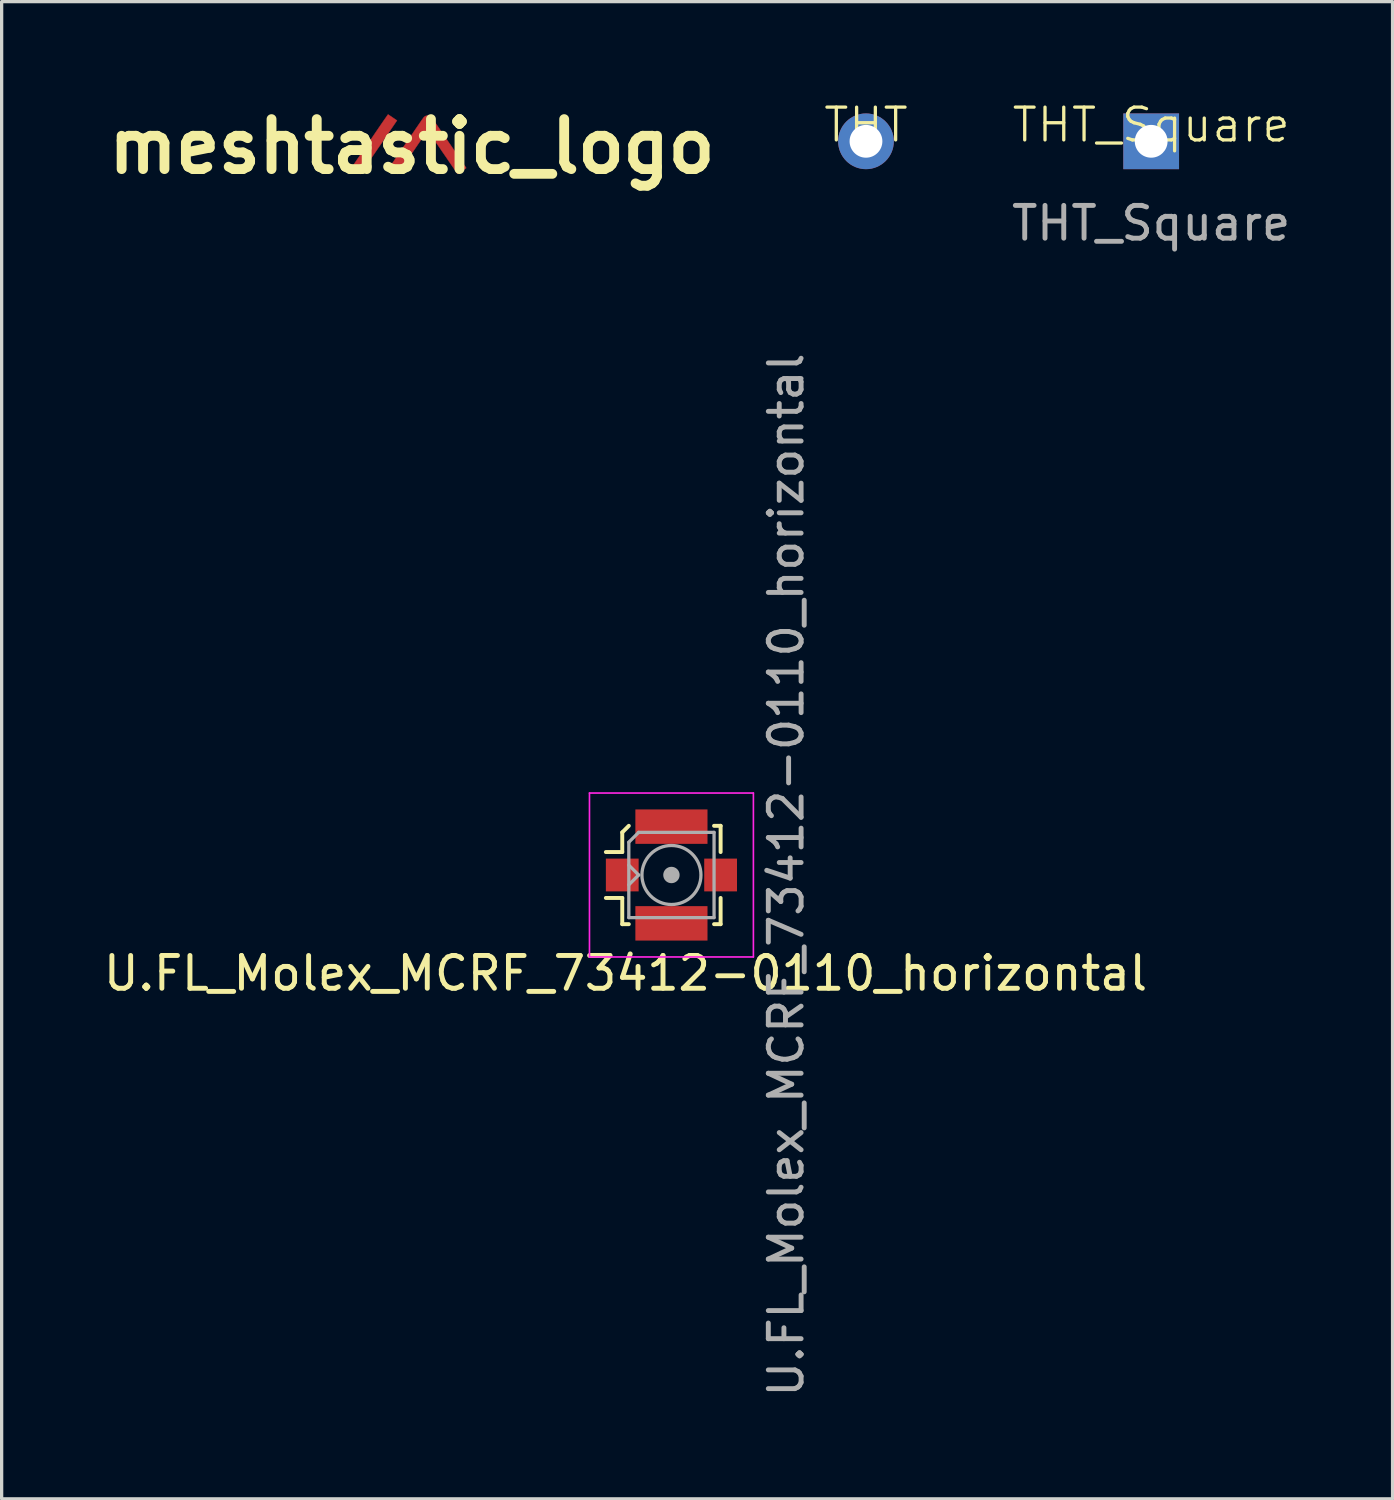
<source format=kicad_pcb>
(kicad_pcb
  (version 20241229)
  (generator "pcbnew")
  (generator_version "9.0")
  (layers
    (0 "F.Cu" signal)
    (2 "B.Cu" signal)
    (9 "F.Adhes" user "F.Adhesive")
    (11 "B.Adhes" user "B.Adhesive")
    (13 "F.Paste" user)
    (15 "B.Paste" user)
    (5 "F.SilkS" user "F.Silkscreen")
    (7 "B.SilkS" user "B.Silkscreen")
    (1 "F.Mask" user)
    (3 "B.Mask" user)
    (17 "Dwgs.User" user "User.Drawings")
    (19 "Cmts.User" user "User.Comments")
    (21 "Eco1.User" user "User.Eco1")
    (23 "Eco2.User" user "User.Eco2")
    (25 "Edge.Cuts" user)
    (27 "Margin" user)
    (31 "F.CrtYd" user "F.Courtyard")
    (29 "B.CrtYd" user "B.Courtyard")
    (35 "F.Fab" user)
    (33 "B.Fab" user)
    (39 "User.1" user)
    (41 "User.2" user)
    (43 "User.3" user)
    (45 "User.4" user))
  (footprint "meshtastic_logo"
    (layer "F.Cu")
    (at 9.514 1.418)
    (property "Reference" "meshtastic_logo" (at 0 0 180) (layer "F.SilkS") (effects (font (size 1.524 1.524) (thickness 0.3))))
    (attr exclude_from_pos_files)
    (fp_poly (pts (xy -0.724 -0.975) (xy -0.715 -0.97) (xy -0.701 -0.961) (xy -0.683 -0.949) (xy -0.662 -0.934) (xy -0.637 -0.918) (xy -0.61 -0.9) (xy -0.589 -0.885) (xy -0.454 -0.793) (xy -0.477 -0.761) (xy -0.482 -0.753) (xy -0.491 -0.74) (xy -0.503 -0.723) (xy -0.518 -0.7) (xy -0.537 -0.673) (xy -0.558 -0.642) (xy -0.582 -0.607) (xy -0.608 -0.569) (xy -0.635 -0.529) (xy -0.664 -0.486) (xy -0.695 -0.441) (xy -0.726 -0.395) (xy -0.749 -0.361) (xy -0.786 -0.308) (xy -0.826 -0.249) (xy -0.869 -0.186) (xy -0.913 -0.12) (xy -0.96 -0.052) (xy -1.007 0.017) (xy -1.055 0.087) (xy -1.102 0.156) (xy -1.148 0.223) (xy -1.192 0.288) (xy -1.234 0.35) (xy -1.27 0.403) (xy -1.303 0.451) (xy -1.336 0.499) (xy -1.367 0.544) (xy -1.396 0.588) (xy -1.424 0.629) (xy -1.45 0.667) (xy -1.473 0.701) (xy -1.495 0.732) (xy -1.513 0.759) (xy -1.528 0.782) (xy -1.541 0.8) (xy -1.549 0.813) (xy -1.554 0.82) (xy -1.555 0.821) (xy -1.562 0.831) (xy -1.568 0.839) (xy -1.571 0.842) (xy -1.571 0.842) (xy -1.574 0.84) (xy -1.583 0.834) (xy -1.596 0.825) (xy -1.614 0.813) (xy -1.635 0.798) (xy -1.659 0.782) (xy -1.686 0.764) (xy -1.707 0.749) (xy -1.736 0.729) (xy -1.763 0.71) (xy -1.786 0.694) (xy -1.806 0.679) (xy -1.822 0.667) (xy -1.834 0.658) (xy -1.84 0.653) (xy -1.841 0.652) (xy -1.839 0.648) (xy -1.833 0.639) (xy -1.823 0.624) (xy -1.81 0.605) (xy -1.794 0.581) (xy -1.775 0.552) (xy -1.753 0.519) (xy -1.729 0.483) (xy -1.702 0.444) (xy -1.673 0.401) (xy -1.642 0.355) (xy -1.609 0.308) (xy -1.576 0.258) (xy -1.54 0.206) (xy -1.527 0.186) (xy -1.486 0.127) (xy -1.443 0.064) (xy -1.399 -0.002) (xy -1.353 -0.069) (xy -1.307 -0.136) (xy -1.26 -0.204) (xy -1.214 -0.272) (xy -1.169 -0.338) (xy -1.126 -0.402) (xy -1.084 -0.463) (xy -1.045 -0.52) (xy -1.009 -0.573) (xy -0.976 -0.621) (xy -0.973 -0.626) (xy -0.942 -0.671) (xy -0.912 -0.715) (xy -0.883 -0.757) (xy -0.856 -0.796) (xy -0.831 -0.832) (xy -0.808 -0.865) (xy -0.787 -0.895) (xy -0.769 -0.921) (xy -0.754 -0.942) (xy -0.742 -0.959) (xy -0.734 -0.97) (xy -0.729 -0.977) (xy -0.728 -0.978) (xy -0.724 -0.975)) (stroke (width 0.01) (type solid)) (fill yes) (layer "F.Cu"))
    (fp_poly (pts (xy 0.514 -0.939) (xy 0.521 -0.937) (xy 0.547 -0.927) (xy 0.571 -0.913) (xy 0.592 -0.896) (xy 0.603 -0.885) (xy 0.606 -0.881) (xy 0.613 -0.871) (xy 0.623 -0.856) (xy 0.637 -0.835) (xy 0.655 -0.81) (xy 0.675 -0.781) (xy 0.698 -0.747) (xy 0.724 -0.71) (xy 0.752 -0.669) (xy 0.782 -0.625) (xy 0.814 -0.579) (xy 0.848 -0.529) (xy 0.883 -0.478) (xy 0.92 -0.424) (xy 0.958 -0.369) (xy 0.997 -0.312) (xy 1.036 -0.254) (xy 1.076 -0.196) (xy 1.116 -0.137) (xy 1.157 -0.078) (xy 1.197 -0.02) (xy 1.237 0.039) (xy 1.276 0.096) (xy 1.314 0.152) (xy 1.352 0.207) (xy 1.388 0.26) (xy 1.423 0.311) (xy 1.456 0.36) (xy 1.488 0.406) (xy 1.517 0.449) (xy 1.545 0.489) (xy 1.569 0.526) (xy 1.591 0.558) (xy 1.611 0.586) (xy 1.627 0.61) (xy 1.64 0.629) (xy 1.649 0.643) (xy 1.655 0.652) (xy 1.657 0.654) (xy 1.654 0.657) (xy 1.646 0.663) (xy 1.634 0.673) (xy 1.617 0.684) (xy 1.598 0.698) (xy 1.576 0.713) (xy 1.553 0.729) (xy 1.529 0.746) (xy 1.505 0.763) (xy 1.481 0.779) (xy 1.459 0.794) (xy 1.439 0.807) (xy 1.422 0.819) (xy 1.408 0.828) (xy 1.399 0.833) (xy 1.395 0.835) (xy 1.395 0.835) (xy 1.394 0.835) (xy 1.394 0.835) (xy 1.393 0.834) (xy 1.391 0.832) (xy 1.389 0.83) (xy 1.386 0.826) (xy 1.382 0.821) (xy 1.378 0.814) (xy 1.371 0.805) (xy 1.364 0.795) (xy 1.355 0.782) (xy 1.344 0.766) (xy 1.332 0.748) (xy 1.317 0.727) (xy 1.301 0.703) (xy 1.282 0.676) (xy 1.261 0.645) (xy 1.237 0.61) (xy 1.211 0.572) (xy 1.181 0.529) (xy 1.149 0.482) (xy 1.114 0.43) (xy 1.075 0.373) (xy 1.033 0.312) (xy 0.987 0.245) (xy 0.937 0.173) (xy 0.884 0.095) (xy 0.857 0.055) (xy 0.818 -0.002) (xy 0.78 -0.057) (xy 0.744 -0.11) (xy 0.709 -0.161) (xy 0.675 -0.21) (xy 0.644 -0.255) (xy 0.615 -0.298) (xy 0.587 -0.337) (xy 0.563 -0.373) (xy 0.541 -0.404) (xy 0.522 -0.431) (xy 0.506 -0.454) (xy 0.494 -0.472) (xy 0.485 -0.484) (xy 0.48 -0.491) (xy 0.479 -0.493) (xy 0.476 -0.49) (xy 0.47 -0.481) (xy 0.46 -0.467) (xy 0.447 -0.447) (xy 0.43 -0.423) (xy 0.41 -0.394) (xy 0.387 -0.36) (xy 0.361 -0.323) (xy 0.333 -0.282) (xy 0.302 -0.237) (xy 0.269 -0.189) (xy 0.234 -0.137) (xy 0.197 -0.083) (xy 0.159 -0.027) (xy 0.119 0.032) (xy 0.078 0.092) (xy 0.035 0.155) (xy 0.022 0.174) (xy -0.021 0.237) (xy -0.063 0.298) (xy -0.103 0.357) (xy -0.142 0.414) (xy -0.179 0.469) (xy -0.215 0.521) (xy -0.248 0.57) (xy -0.28 0.616) (xy -0.309 0.659) (xy -0.335 0.697) (xy -0.359 0.732) (xy -0.379 0.762) (xy -0.397 0.788) (xy -0.411 0.809) (xy -0.422 0.825) (xy -0.429 0.835) (xy -0.433 0.84) (xy -0.433 0.84) (xy -0.436 0.838) (xy -0.444 0.833) (xy -0.458 0.824) (xy -0.475 0.812) (xy -0.496 0.798) (xy -0.519 0.782) (xy -0.546 0.764) (xy -0.564 0.751) (xy -0.592 0.732) (xy -0.617 0.714) (xy -0.64 0.698) (xy -0.66 0.684) (xy -0.675 0.672) (xy -0.687 0.663) (xy -0.693 0.658) (xy -0.694 0.656) (xy -0.692 0.653) (xy -0.687 0.643) (xy -0.677 0.629) (xy -0.664 0.609) (xy -0.648 0.585) (xy -0.629 0.557) (xy -0.607 0.525) (xy -0.583 0.489) (xy -0.556 0.45) (xy -0.528 0.408) (xy -0.498 0.363) (xy -0.466 0.316) (xy -0.433 0.268) (xy -0.406 0.228) (xy -0.366 0.171) (xy -0.325 0.109) (xy -0.281 0.045) (xy -0.236 -0.02) (xy -0.19 -0.087) (xy -0.145 -0.154) (xy -0.1 -0.221) (xy -0.055 -0.286) (xy -0.013 -0.348) (xy 0.028 -0.408) (xy 0.066 -0.463) (xy 0.1 -0.514) (xy 0.116 -0.537) (xy 0.152 -0.59) (xy 0.186 -0.639) (xy 0.217 -0.685) (xy 0.247 -0.728) (xy 0.273 -0.766) (xy 0.297 -0.8) (xy 0.317 -0.829) (xy 0.335 -0.854) (xy 0.349 -0.873) (xy 0.359 -0.887) (xy 0.366 -0.896) (xy 0.368 -0.898) (xy 0.393 -0.917) (xy 0.421 -0.932) (xy 0.452 -0.94) (xy 0.483 -0.943) (xy 0.514 -0.939)) (stroke (width 0.01) (type solid)) (fill yes) (layer "F.Cu"))
    (fp_poly (pts (xy -0.724 -0.975) (xy -0.715 -0.97) (xy -0.701 -0.961) (xy -0.683 -0.949) (xy -0.662 -0.934) (xy -0.637 -0.918) (xy -0.61 -0.9) (xy -0.589 -0.885) (xy -0.454 -0.793) (xy -0.477 -0.761) (xy -0.482 -0.753) (xy -0.491 -0.74) (xy -0.503 -0.723) (xy -0.518 -0.7) (xy -0.537 -0.673) (xy -0.558 -0.642) (xy -0.582 -0.607) (xy -0.608 -0.569) (xy -0.635 -0.529) (xy -0.664 -0.486) (xy -0.695 -0.441) (xy -0.726 -0.395) (xy -0.749 -0.361) (xy -0.786 -0.308) (xy -0.826 -0.249) (xy -0.869 -0.186) (xy -0.913 -0.12) (xy -0.96 -0.052) (xy -1.007 0.017) (xy -1.055 0.087) (xy -1.102 0.156) (xy -1.148 0.223) (xy -1.192 0.288) (xy -1.234 0.35) (xy -1.27 0.403) (xy -1.303 0.451) (xy -1.336 0.499) (xy -1.367 0.544) (xy -1.396 0.588) (xy -1.424 0.629) (xy -1.45 0.667) (xy -1.473 0.701) (xy -1.495 0.732) (xy -1.513 0.759) (xy -1.528 0.782) (xy -1.541 0.8) (xy -1.549 0.813) (xy -1.554 0.82) (xy -1.555 0.821) (xy -1.562 0.831) (xy -1.568 0.839) (xy -1.571 0.842) (xy -1.571 0.842) (xy -1.574 0.84) (xy -1.583 0.834) (xy -1.596 0.825) (xy -1.614 0.813) (xy -1.635 0.798) (xy -1.659 0.782) (xy -1.686 0.764) (xy -1.707 0.749) (xy -1.736 0.729) (xy -1.763 0.71) (xy -1.786 0.694) (xy -1.806 0.679) (xy -1.822 0.667) (xy -1.834 0.658) (xy -1.84 0.653) (xy -1.841 0.652) (xy -1.839 0.648) (xy -1.833 0.639) (xy -1.823 0.624) (xy -1.81 0.605) (xy -1.794 0.581) (xy -1.775 0.552) (xy -1.753 0.519) (xy -1.729 0.483) (xy -1.702 0.444) (xy -1.673 0.401) (xy -1.642 0.355) (xy -1.609 0.308) (xy -1.576 0.258) (xy -1.54 0.206) (xy -1.527 0.186) (xy -1.486 0.127) (xy -1.443 0.064) (xy -1.399 -0.002) (xy -1.353 -0.069) (xy -1.307 -0.136) (xy -1.26 -0.204) (xy -1.214 -0.272) (xy -1.169 -0.338) (xy -1.126 -0.402) (xy -1.084 -0.463) (xy -1.045 -0.52) (xy -1.009 -0.573) (xy -0.976 -0.621) (xy -0.973 -0.626) (xy -0.942 -0.671) (xy -0.912 -0.715) (xy -0.883 -0.757) (xy -0.856 -0.796) (xy -0.831 -0.832) (xy -0.808 -0.865) (xy -0.787 -0.895) (xy -0.769 -0.921) (xy -0.754 -0.942) (xy -0.742 -0.959) (xy -0.734 -0.97) (xy -0.729 -0.977) (xy -0.728 -0.978) (xy -0.724 -0.975)) (stroke (width 0.01) (type solid)) (fill yes) (layer "F.Mask"))
    (fp_poly (pts (xy 0.514 -0.939) (xy 0.521 -0.937) (xy 0.547 -0.927) (xy 0.571 -0.913) (xy 0.592 -0.896) (xy 0.603 -0.885) (xy 0.606 -0.881) (xy 0.613 -0.871) (xy 0.623 -0.856) (xy 0.637 -0.835) (xy 0.655 -0.81) (xy 0.675 -0.781) (xy 0.698 -0.747) (xy 0.724 -0.71) (xy 0.752 -0.669) (xy 0.782 -0.625) (xy 0.814 -0.579) (xy 0.848 -0.529) (xy 0.883 -0.478) (xy 0.92 -0.424) (xy 0.958 -0.369) (xy 0.997 -0.312) (xy 1.036 -0.254) (xy 1.076 -0.196) (xy 1.116 -0.137) (xy 1.157 -0.078) (xy 1.197 -0.02) (xy 1.237 0.039) (xy 1.276 0.096) (xy 1.314 0.152) (xy 1.352 0.207) (xy 1.388 0.26) (xy 1.423 0.311) (xy 1.456 0.36) (xy 1.488 0.406) (xy 1.517 0.449) (xy 1.545 0.489) (xy 1.569 0.526) (xy 1.591 0.558) (xy 1.611 0.586) (xy 1.627 0.61) (xy 1.64 0.629) (xy 1.649 0.643) (xy 1.655 0.652) (xy 1.657 0.654) (xy 1.654 0.657) (xy 1.646 0.663) (xy 1.634 0.673) (xy 1.617 0.684) (xy 1.598 0.698) (xy 1.576 0.713) (xy 1.553 0.729) (xy 1.529 0.746) (xy 1.505 0.763) (xy 1.481 0.779) (xy 1.459 0.794) (xy 1.439 0.807) (xy 1.422 0.819) (xy 1.408 0.828) (xy 1.399 0.833) (xy 1.395 0.835) (xy 1.395 0.835) (xy 1.394 0.835) (xy 1.394 0.835) (xy 1.393 0.834) (xy 1.391 0.832) (xy 1.389 0.83) (xy 1.386 0.826) (xy 1.382 0.821) (xy 1.378 0.814) (xy 1.371 0.805) (xy 1.364 0.795) (xy 1.355 0.782) (xy 1.344 0.766) (xy 1.332 0.748) (xy 1.317 0.727) (xy 1.301 0.703) (xy 1.282 0.676) (xy 1.261 0.645) (xy 1.237 0.61) (xy 1.211 0.572) (xy 1.181 0.529) (xy 1.149 0.482) (xy 1.114 0.43) (xy 1.075 0.373) (xy 1.033 0.312) (xy 0.987 0.245) (xy 0.937 0.173) (xy 0.884 0.095) (xy 0.857 0.055) (xy 0.818 -0.002) (xy 0.78 -0.057) (xy 0.744 -0.11) (xy 0.709 -0.161) (xy 0.675 -0.21) (xy 0.644 -0.255) (xy 0.615 -0.298) (xy 0.587 -0.337) (xy 0.563 -0.373) (xy 0.541 -0.404) (xy 0.522 -0.431) (xy 0.506 -0.454) (xy 0.494 -0.472) (xy 0.485 -0.484) (xy 0.48 -0.491) (xy 0.479 -0.493) (xy 0.476 -0.49) (xy 0.47 -0.481) (xy 0.46 -0.467) (xy 0.447 -0.447) (xy 0.43 -0.423) (xy 0.41 -0.394) (xy 0.387 -0.36) (xy 0.361 -0.323) (xy 0.333 -0.282) (xy 0.302 -0.237) (xy 0.269 -0.189) (xy 0.234 -0.137) (xy 0.197 -0.083) (xy 0.159 -0.027) (xy 0.119 0.032) (xy 0.078 0.092) (xy 0.035 0.155) (xy 0.022 0.174) (xy -0.021 0.237) (xy -0.063 0.298) (xy -0.103 0.357) (xy -0.142 0.414) (xy -0.179 0.469) (xy -0.215 0.521) (xy -0.248 0.57) (xy -0.28 0.616) (xy -0.309 0.659) (xy -0.335 0.697) (xy -0.359 0.732) (xy -0.379 0.762) (xy -0.397 0.788) (xy -0.411 0.809) (xy -0.422 0.825) (xy -0.429 0.835) (xy -0.433 0.84) (xy -0.433 0.84) (xy -0.436 0.838) (xy -0.444 0.833) (xy -0.458 0.824) (xy -0.475 0.812) (xy -0.496 0.798) (xy -0.519 0.782) (xy -0.546 0.764) (xy -0.564 0.751) (xy -0.592 0.732) (xy -0.617 0.714) (xy -0.64 0.698) (xy -0.66 0.684) (xy -0.675 0.672) (xy -0.687 0.663) (xy -0.693 0.658) (xy -0.694 0.656) (xy -0.692 0.653) (xy -0.687 0.643) (xy -0.677 0.629) (xy -0.664 0.609) (xy -0.648 0.585) (xy -0.629 0.557) (xy -0.607 0.525) (xy -0.583 0.489) (xy -0.556 0.45) (xy -0.528 0.408) (xy -0.498 0.363) (xy -0.466 0.316) (xy -0.433 0.268) (xy -0.406 0.228) (xy -0.366 0.171) (xy -0.325 0.109) (xy -0.281 0.045) (xy -0.236 -0.02) (xy -0.19 -0.087) (xy -0.145 -0.154) (xy -0.1 -0.221) (xy -0.055 -0.286) (xy -0.013 -0.348) (xy 0.028 -0.408) (xy 0.066 -0.463) (xy 0.1 -0.514) (xy 0.116 -0.537) (xy 0.152 -0.59) (xy 0.186 -0.639) (xy 0.217 -0.685) (xy 0.247 -0.728) (xy 0.273 -0.766) (xy 0.297 -0.8) (xy 0.317 -0.829) (xy 0.335 -0.854) (xy 0.349 -0.873) (xy 0.359 -0.887) (xy 0.366 -0.896) (xy 0.368 -0.898) (xy 0.393 -0.917) (xy 0.421 -0.932) (xy 0.452 -0.94) (xy 0.483 -0.943) (xy 0.514 -0.939)) (stroke (width 0.01) (type solid)) (fill yes) (layer "F.Mask")))
  (footprint "U.FL_Molex_MCRF_73412-0110_horizontal"
    (layer "F.Cu")
    (at 17.43 23.639)
    (property "Reference" "U.FL_Molex_MCRF_73412-0110_horizontal" (at -1.4 3 0) (layer "F.SilkS") (effects (font (size 1 1) (thickness 0.15))))
    (attr smd)
    (fp_line (start -1.5 -1.3) (end -1.3 -1.5) (stroke (width 0.12) (type solid)) (layer "F.SilkS"))
    (fp_line (start -1.5 -0.7) (end -2 -0.7) (stroke (width 0.12) (type solid)) (layer "F.SilkS"))
    (fp_line (start -1.5 -0.7) (end -1.5 -1.3) (stroke (width 0.12) (type solid)) (layer "F.SilkS"))
    (fp_line (start -1.5 0.7) (end -2 0.7) (stroke (width 0.12) (type solid)) (layer "F.SilkS"))
    (fp_line (start -1.5 1.5) (end -1.5 0.7) (stroke (width 0.12) (type solid)) (layer "F.SilkS"))
    (fp_line (start -1.3 1.5) (end -1.5 1.5) (stroke (width 0.12) (type solid)) (layer "F.SilkS"))
    (fp_line (start 1.3 -1.5) (end 1.5 -1.5) (stroke (width 0.12) (type solid)) (layer "F.SilkS"))
    (fp_line (start 1.5 -1.5) (end 1.5 -0.7) (stroke (width 0.12) (type solid)) (layer "F.SilkS"))
    (fp_line (start 1.5 0.7) (end 1.5 1.5) (stroke (width 0.12) (type solid)) (layer "F.SilkS"))
    (fp_line (start 1.5 1.5) (end 1.3 1.5) (stroke (width 0.12) (type solid)) (layer "F.SilkS"))
    (fp_line (start -2.5 -2.5) (end -2.5 2.5) (stroke (width 0.05) (type solid)) (layer "F.CrtYd"))
    (fp_line (start -2.5 2.5) (end 2.5 2.5) (stroke (width 0.05) (type solid)) (layer "F.CrtYd"))
    (fp_line (start 2.5 -2.5) (end -2.5 -2.5) (stroke (width 0.05) (type solid)) (layer "F.CrtYd"))
    (fp_line (start 2.5 2.5) (end 2.5 -2.5) (stroke (width 0.05) (type solid)) (layer "F.CrtYd"))
    (fp_line (start -1.3 -1) (end -1.3 1.3) (stroke (width 0.1) (type solid)) (layer "F.Fab"))
    (fp_line (start -1.3 -0.3) (end -1 0) (stroke (width 0.1) (type solid)) (layer "F.Fab"))
    (fp_line (start -1 -1.3) (end -1.3 -1) (stroke (width 0.1) (type solid)) (layer "F.Fab"))
    (fp_line (start -1 0) (end -1.3 0.3) (stroke (width 0.1) (type solid)) (layer "F.Fab"))
    (fp_line (start 1.3 -1.3) (end -1 -1.3) (stroke (width 0.1) (type solid)) (layer "F.Fab"))
    (fp_line (start 1.3 -1.3) (end 1.3 1.3) (stroke (width 0.1) (type solid)) (layer "F.Fab"))
    (fp_line (start 1.3 1.3) (end -1.3 1.3) (stroke (width 0.1) (type solid)) (layer "F.Fab"))
    (fp_circle (center 0 0) (end -0.2 0) (stroke (width 0.1) (type solid)) (fill no) (layer "F.Fab"))
    (fp_circle (center 0 0) (end -0.125 0) (stroke (width 0.1) (type solid)) (fill no) (layer "F.Fab"))
    (fp_circle (center 0 0) (end -0.05 0) (stroke (width 0.1) (type solid)) (fill no) (layer "F.Fab"))
    (fp_circle (center 0 0) (end 0 0.9) (stroke (width 0.1) (type solid)) (fill no) (layer "F.Fab"))
    (fp_text user "${REFERENCE}" (at 3.5 0 270) (layer "F.Fab") (effects (font (size 1 1) (thickness 0.15))))
    (pad "1" smd rect (at -1.5 0 270) (size 1 1) (layers "F.Cu" "F.Mask" "F.Paste"))
    (pad "2" smd rect (at 0 -1.475 270) (size 1.05 2.2) (layers "F.Cu" "F.Mask" "F.Paste"))
    (pad "2" smd rect (at 0 1.475 270) (size 1.05 2.2) (layers "F.Cu" "F.Mask" "F.Paste"))
    (pad "2" smd rect (at 1.5 0 270) (size 1 1) (layers "F.Cu" "F.Mask" "F.Paste")))
  (footprint "THT"
    (layer "F.Cu")
    (at 23.364 1.26)
    (property "Reference" "THT" (at 0 -0.5 0) (unlocked yes) (layer "F.SilkS") (effects (font (size 1 1) (thickness 0.1))))
    (attr through_hole)
    (pad "4" thru_hole oval (at 0 0 270) (size 1.7 1.7) (drill 1) (layers "*.Cu" "*.Mask") (remove_unused_layers yes) (keep_end_layers yes) (zone_layer_connections)))
  (footprint "THT_Square"
    (layer "F.Cu")
    (at 32.063 1.26)
    (property "Reference" "THT_Square" (at 0 -0.5 0) (unlocked yes) (layer "F.SilkS") (effects (font (size 1 1) (thickness 0.1))))
    (attr through_hole)
    (fp_text user "${REFERENCE}" (at 0 2.5 0) (unlocked yes) (layer "F.Fab") (effects (font (size 1 1) (thickness 0.15))))
    (pad "1" thru_hole rect (at 0 0 270) (size 1.7 1.7) (drill 1) (layers "*.Cu" "*.Mask") (remove_unused_layers yes) (keep_end_layers yes) (zone_layer_connections)))
  (gr_rect
    (start -3 -3)
    (end 39.426 42.668)
    (stroke (width 0.1) (type default))
    (fill no)
    (layer "Edge.Cuts")))
</source>
